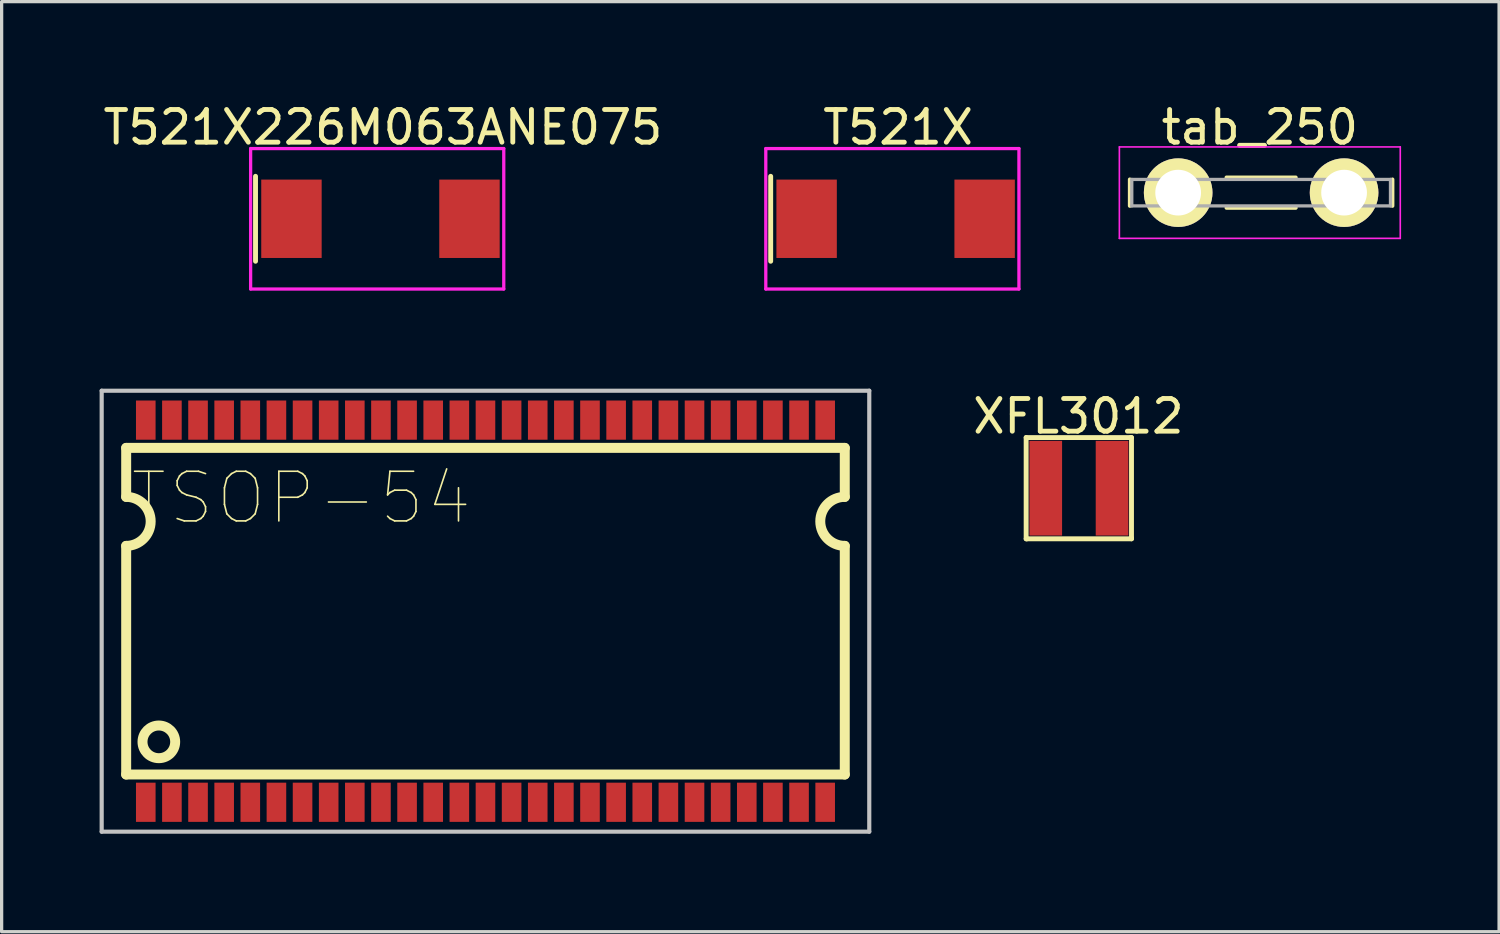
<source format=kicad_pcb>
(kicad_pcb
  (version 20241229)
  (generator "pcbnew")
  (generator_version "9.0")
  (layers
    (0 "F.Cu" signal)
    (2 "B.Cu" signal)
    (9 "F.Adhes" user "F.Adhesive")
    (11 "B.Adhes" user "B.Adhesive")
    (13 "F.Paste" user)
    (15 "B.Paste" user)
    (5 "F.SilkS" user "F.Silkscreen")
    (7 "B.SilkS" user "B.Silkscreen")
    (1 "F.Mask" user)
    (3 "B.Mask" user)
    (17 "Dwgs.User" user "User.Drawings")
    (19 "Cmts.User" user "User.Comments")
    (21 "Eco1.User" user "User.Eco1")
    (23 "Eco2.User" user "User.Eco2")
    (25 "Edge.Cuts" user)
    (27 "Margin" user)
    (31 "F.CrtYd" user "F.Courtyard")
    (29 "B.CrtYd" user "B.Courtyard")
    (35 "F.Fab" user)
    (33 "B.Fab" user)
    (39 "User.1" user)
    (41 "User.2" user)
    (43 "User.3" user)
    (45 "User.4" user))
  (footprint "tab_250"
    (layer "F.Cu")
    (at 33.02 2.848)
    (property "Reference" "tab_250" (at 2.5 -2 0) (layer "F.SilkS") (effects (font (size 1 1) (thickness 0.15))))
    (attr through_hole)
    (fp_line (start -1.48 -0.405) (end -1.48 0.405) (stroke (width 0.12) (type solid)) (layer "F.SilkS"))
    (fp_line (start 1.48 0.465) (end 3.6 0.465) (stroke (width 0.12) (type solid)) (layer "F.SilkS"))
    (fp_line (start 3.6 -0.465) (end 1.48 -0.465) (stroke (width 0.12) (type solid)) (layer "F.SilkS"))
    (fp_line (start 6.56 -0.405) (end 6.56 0.405) (stroke (width 0.12) (type solid)) (layer "F.SilkS"))
    (fp_line (start -1.8 -1.4) (end -1.8 1.4) (stroke (width 0.05) (type solid)) (layer "F.CrtYd"))
    (fp_line (start -1.8 -1.4) (end 6.8 -1.4) (stroke (width 0.05) (type solid)) (layer "F.CrtYd"))
    (fp_line (start -1.8 1.4) (end 6.8 1.4) (stroke (width 0.05) (type solid)) (layer "F.CrtYd"))
    (fp_line (start 6.8 -1.4) (end 6.8 1.4) (stroke (width 0.05) (type solid)) (layer "F.CrtYd"))
    (fp_line (start -1.42 -0.405) (end 6.5 -0.405) (stroke (width 0.1) (type solid)) (layer "F.Fab"))
    (fp_line (start -1.42 0.405) (end -1.42 -0.405) (stroke (width 0.1) (type solid)) (layer "F.Fab"))
    (fp_line (start 6.5 -0.405) (end 6.5 0.405) (stroke (width 0.1) (type solid)) (layer "F.Fab"))
    (fp_line (start 6.5 0.405) (end -1.42 0.405) (stroke (width 0.1) (type solid)) (layer "F.Fab"))
    (pad "1" thru_hole circle (at 0 0) (size 2.1 2.1) (drill 1.4) (layers "*.Cu" "*.Mask" "F.SilkS"))
    (pad "2" thru_hole circle (at 5.08 0) (size 2.1 2.1) (drill 1.4) (layers "*.Cu" "*.Mask" "F.SilkS")))
  (footprint "XFL3012"
    (layer "F.Cu")
    (at 29.966 11.896)
    (property "Reference" "XFL3012" (at 0 -2.2 0) (layer "F.SilkS") (effects (font (size 1 1) (thickness 0.15))))
    (attr through_hole)
    (fp_line (start -1.6 -1.55) (end 1.6 -1.55) (stroke (width 0.15) (type solid)) (layer "F.SilkS"))
    (fp_line (start -1.6 1.55) (end -1.6 -1.55) (stroke (width 0.15) (type solid)) (layer "F.SilkS"))
    (fp_line (start -1.575 1.55) (end -1.6 1.55) (stroke (width 0.15) (type solid)) (layer "F.SilkS"))
    (fp_line (start 1.6 -1.55) (end 1.625 -1.55) (stroke (width 0.15) (type solid)) (layer "F.SilkS"))
    (fp_line (start 1.625 -1.55) (end 1.625 1.525) (stroke (width 0.15) (type solid)) (layer "F.SilkS"))
    (fp_line (start 1.625 1.525) (end 1.625 1.55) (stroke (width 0.15) (type solid)) (layer "F.SilkS"))
    (fp_line (start 1.625 1.55) (end -1.575 1.55) (stroke (width 0.15) (type solid)) (layer "F.SilkS"))
    (pad "1" smd rect (at -1 0) (size 1 2.9) (layers "F.Cu" "F.Mask" "F.Paste"))
    (pad "2" smd rect (at 1.03 0) (size 1 2.9) (layers "F.Cu" "F.Mask" "F.Paste")))
  (footprint "TSOP-54"
    (layer "F.Cu")
    (at 11.813 15.662)
    (property "Reference" "TSOP-54" (at -5.639 -3.465 0) (layer "F.SilkS") (effects (font (size 1.52 1.52) (thickness 0.05))))
    (attr smd)
    (fp_line (start -11 -5) (end 11 -5) (stroke (width 0.305) (type solid)) (layer "F.SilkS"))
    (fp_line (start -11 -3.5) (end -11 -5) (stroke (width 0.305) (type solid)) (layer "F.SilkS"))
    (fp_line (start -11 5) (end -11 -2) (stroke (width 0.305) (type solid)) (layer "F.SilkS"))
    (fp_line (start 11 -5) (end 11 -3.5) (stroke (width 0.305) (type solid)) (layer "F.SilkS"))
    (fp_line (start 11 -2) (end 11 5) (stroke (width 0.305) (type solid)) (layer "F.SilkS"))
    (fp_line (start 11 5) (end -11 5) (stroke (width 0.305) (type solid)) (layer "F.SilkS"))
    (fp_arc (start -11 -3.5) (mid -10.25 -2.75) (end -11 -2) (stroke (width 0.3048) (type solid)) (layer "F.SilkS"))
    (fp_arc (start 11 -2) (mid 10.25 -2.75) (end 11 -3.5) (stroke (width 0.3048) (type solid)) (layer "F.SilkS"))
    (fp_circle (center -10 4) (end -9.5 4) (stroke (width 0.305) (type solid)) (fill no) (layer "F.SilkS"))
    (fp_line (start -11.75 -6.75) (end 11.75 -6.75) (stroke (width 0.127) (type solid)) (layer "Dwgs.User"))
    (fp_line (start -11.75 6.75) (end -11.75 -6.75) (stroke (width 0.127) (type solid)) (layer "Dwgs.User"))
    (fp_line (start 11.75 -6.75) (end 11.75 6.75) (stroke (width 0.127) (type solid)) (layer "Dwgs.User"))
    (fp_line (start 11.75 6.75) (end -11.75 6.75) (stroke (width 0.127) (type solid)) (layer "Dwgs.User"))
    (pad "1" smd rect (at -10.4 5.85) (size 0.6 1.2) (layers "F.Cu" "F.Mask" "F.Paste"))
    (pad "2" smd rect (at -9.6 5.85) (size 0.6 1.2) (layers "F.Cu" "F.Mask" "F.Paste"))
    (pad "3" smd rect (at -8.8 5.85) (size 0.6 1.2) (layers "F.Cu" "F.Mask" "F.Paste"))
    (pad "4" smd rect (at -8 5.85) (size 0.6 1.2) (layers "F.Cu" "F.Mask" "F.Paste"))
    (pad "5" smd rect (at -7.2 5.85) (size 0.6 1.2) (layers "F.Cu" "F.Mask" "F.Paste"))
    (pad "6" smd rect (at -6.4 5.85) (size 0.6 1.2) (layers "F.Cu" "F.Mask" "F.Paste"))
    (pad "7" smd rect (at -5.6 5.85) (size 0.6 1.2) (layers "F.Cu" "F.Mask" "F.Paste"))
    (pad "8" smd rect (at -4.8 5.85) (size 0.6 1.2) (layers "F.Cu" "F.Mask" "F.Paste"))
    (pad "9" smd rect (at -4 5.85) (size 0.6 1.2) (layers "F.Cu" "F.Mask" "F.Paste"))
    (pad "10" smd rect (at -3.2 5.85) (size 0.6 1.2) (layers "F.Cu" "F.Mask" "F.Paste"))
    (pad "11" smd rect (at -2.4 5.85) (size 0.6 1.2) (layers "F.Cu" "F.Mask" "F.Paste"))
    (pad "12" smd rect (at -1.6 5.85) (size 0.6 1.2) (layers "F.Cu" "F.Mask" "F.Paste"))
    (pad "13" smd rect (at -0.8 5.85) (size 0.6 1.2) (layers "F.Cu" "F.Mask" "F.Paste"))
    (pad "14" smd rect (at 0 5.85) (size 0.6 1.2) (layers "F.Cu" "F.Mask" "F.Paste"))
    (pad "15" smd rect (at 0.8 5.85) (size 0.6 1.2) (layers "F.Cu" "F.Mask" "F.Paste"))
    (pad "16" smd rect (at 1.6 5.85) (size 0.6 1.2) (layers "F.Cu" "F.Mask" "F.Paste"))
    (pad "17" smd rect (at 2.4 5.85) (size 0.6 1.2) (layers "F.Cu" "F.Mask" "F.Paste"))
    (pad "18" smd rect (at 3.2 5.85) (size 0.6 1.2) (layers "F.Cu" "F.Mask" "F.Paste"))
    (pad "19" smd rect (at 4 5.85) (size 0.6 1.2) (layers "F.Cu" "F.Mask" "F.Paste"))
    (pad "20" smd rect (at 4.8 5.85) (size 0.6 1.2) (layers "F.Cu" "F.Mask" "F.Paste"))
    (pad "21" smd rect (at 5.6 5.85) (size 0.6 1.2) (layers "F.Cu" "F.Mask" "F.Paste"))
    (pad "22" smd rect (at 6.4 5.85) (size 0.6 1.2) (layers "F.Cu" "F.Mask" "F.Paste"))
    (pad "23" smd rect (at 7.2 5.85) (size 0.6 1.2) (layers "F.Cu" "F.Mask" "F.Paste"))
    (pad "24" smd rect (at 8 5.85) (size 0.6 1.2) (layers "F.Cu" "F.Mask" "F.Paste"))
    (pad "25" smd rect (at 8.8 5.85) (size 0.6 1.2) (layers "F.Cu" "F.Mask" "F.Paste"))
    (pad "26" smd rect (at 9.6 5.85) (size 0.6 1.2) (layers "F.Cu" "F.Mask" "F.Paste"))
    (pad "27" smd rect (at 10.4 5.85) (size 0.6 1.2) (layers "F.Cu" "F.Mask" "F.Paste"))
    (pad "28" smd rect (at 10.4 -5.85 180) (size 0.6 1.2) (layers "F.Cu" "F.Mask" "F.Paste"))
    (pad "29" smd rect (at 9.6 -5.85 180) (size 0.6 1.2) (layers "F.Cu" "F.Mask" "F.Paste"))
    (pad "30" smd rect (at 8.8 -5.85 180) (size 0.6 1.2) (layers "F.Cu" "F.Mask" "F.Paste"))
    (pad "31" smd rect (at 8 -5.85 180) (size 0.6 1.2) (layers "F.Cu" "F.Mask" "F.Paste"))
    (pad "32" smd rect (at 7.2 -5.85 180) (size 0.6 1.2) (layers "F.Cu" "F.Mask" "F.Paste"))
    (pad "33" smd rect (at 6.4 -5.85 180) (size 0.6 1.2) (layers "F.Cu" "F.Mask" "F.Paste"))
    (pad "34" smd rect (at 5.6 -5.85 180) (size 0.6 1.2) (layers "F.Cu" "F.Mask" "F.Paste"))
    (pad "35" smd rect (at 4.8 -5.85 180) (size 0.6 1.2) (layers "F.Cu" "F.Mask" "F.Paste"))
    (pad "36" smd rect (at 4 -5.85 180) (size 0.6 1.2) (layers "F.Cu" "F.Mask" "F.Paste"))
    (pad "37" smd rect (at 3.2 -5.85 180) (size 0.6 1.2) (layers "F.Cu" "F.Mask" "F.Paste"))
    (pad "38" smd rect (at 2.4 -5.85 180) (size 0.6 1.2) (layers "F.Cu" "F.Mask" "F.Paste"))
    (pad "39" smd rect (at 1.6 -5.85 180) (size 0.6 1.2) (layers "F.Cu" "F.Mask" "F.Paste"))
    (pad "40" smd rect (at 0.8 -5.85 180) (size 0.6 1.2) (layers "F.Cu" "F.Mask" "F.Paste"))
    (pad "41" smd rect (at 0 -5.85 180) (size 0.6 1.2) (layers "F.Cu" "F.Mask" "F.Paste"))
    (pad "42" smd rect (at -0.8 -5.85 180) (size 0.6 1.2) (layers "F.Cu" "F.Mask" "F.Paste"))
    (pad "43" smd rect (at -1.6 -5.85 180) (size 0.6 1.2) (layers "F.Cu" "F.Mask" "F.Paste"))
    (pad "44" smd rect (at -2.4 -5.85 180) (size 0.6 1.2) (layers "F.Cu" "F.Mask" "F.Paste"))
    (pad "45" smd rect (at -3.2 -5.85 180) (size 0.6 1.2) (layers "F.Cu" "F.Mask" "F.Paste"))
    (pad "46" smd rect (at -4 -5.85 180) (size 0.6 1.2) (layers "F.Cu" "F.Mask" "F.Paste"))
    (pad "47" smd rect (at -4.8 -5.85 180) (size 0.6 1.2) (layers "F.Cu" "F.Mask" "F.Paste"))
    (pad "48" smd rect (at -5.6 -5.85 180) (size 0.6 1.2) (layers "F.Cu" "F.Mask" "F.Paste"))
    (pad "49" smd rect (at -6.4 -5.85 180) (size 0.6 1.2) (layers "F.Cu" "F.Mask" "F.Paste"))
    (pad "50" smd rect (at -7.2 -5.85 180) (size 0.6 1.2) (layers "F.Cu" "F.Mask" "F.Paste"))
    (pad "51" smd rect (at -8 -5.85 180) (size 0.6 1.2) (layers "F.Cu" "F.Mask" "F.Paste"))
    (pad "52" smd rect (at -8.8 -5.85 180) (size 0.6 1.2) (layers "F.Cu" "F.Mask" "F.Paste"))
    (pad "53" smd rect (at -9.6 -5.85 180) (size 0.6 1.2) (layers "F.Cu" "F.Mask" "F.Paste"))
    (pad "54" smd rect (at -10.4 -5.85 180) (size 0.6 1.2) (layers "F.Cu" "F.Mask" "F.Paste")))
  (footprint "T521X226M063ANE075"
    (layer "F.Cu")
    (at 8.673 3.648)
    (property "Reference" "T521X226M063ANE075" (at 0 -2.8 0) (layer "F.SilkS") (effects (font (size 1 1) (thickness 0.15))))
    (attr through_hole)
    (fp_line (start -3.9 -1.3) (end -3.9 1.3) (stroke (width 0.15) (type solid)) (layer "F.SilkS"))
    (fp_line (start -4.05 -2.15) (end 3.7 -2.15) (stroke (width 0.1) (type solid)) (layer "F.CrtYd"))
    (fp_line (start -4.05 2.15) (end -4.05 -2.15) (stroke (width 0.1) (type solid)) (layer "F.CrtYd"))
    (fp_line (start 3.7 -2.15) (end 3.7 2.15) (stroke (width 0.1) (type solid)) (layer "F.CrtYd"))
    (fp_line (start 3.7 2.15) (end -4.05 2.15) (stroke (width 0.1) (type solid)) (layer "F.CrtYd"))
    (pad "1" smd rect (at -2.8 0) (size 1.85 2.4) (layers "F.Cu" "F.Mask" "F.Paste"))
    (pad "2" smd rect (at 2.65 0) (size 1.85 2.4) (layers "F.Cu" "F.Mask" "F.Paste")))
  (footprint "T521X"
    (layer "F.Cu")
    (at 24.445 3.648)
    (property "Reference" "T521X" (at 0 -2.8 0) (layer "F.SilkS") (effects (font (size 1 1) (thickness 0.15))))
    (attr through_hole)
    (fp_line (start -3.9 -1.3) (end -3.9 1.3) (stroke (width 0.15) (type solid)) (layer "F.SilkS"))
    (fp_line (start -4.05 -2.15) (end 3.7 -2.15) (stroke (width 0.1) (type solid)) (layer "F.CrtYd"))
    (fp_line (start -4.05 2.15) (end -4.05 -2.15) (stroke (width 0.1) (type solid)) (layer "F.CrtYd"))
    (fp_line (start 3.7 -2.15) (end 3.7 2.15) (stroke (width 0.1) (type solid)) (layer "F.CrtYd"))
    (fp_line (start 3.7 2.15) (end -4.05 2.15) (stroke (width 0.1) (type solid)) (layer "F.CrtYd"))
    (pad "1" smd rect (at -2.8 0) (size 1.85 2.4) (layers "F.Cu" "F.Mask" "F.Paste"))
    (pad "2" smd rect (at 2.65 0) (size 1.85 2.4) (layers "F.Cu" "F.Mask" "F.Paste")))
  (gr_rect
    (start -3 -3)
    (end 42.845 25.475)
    (stroke (width 0.1) (type default))
    (fill no)
    (layer "Edge.Cuts")))
</source>
